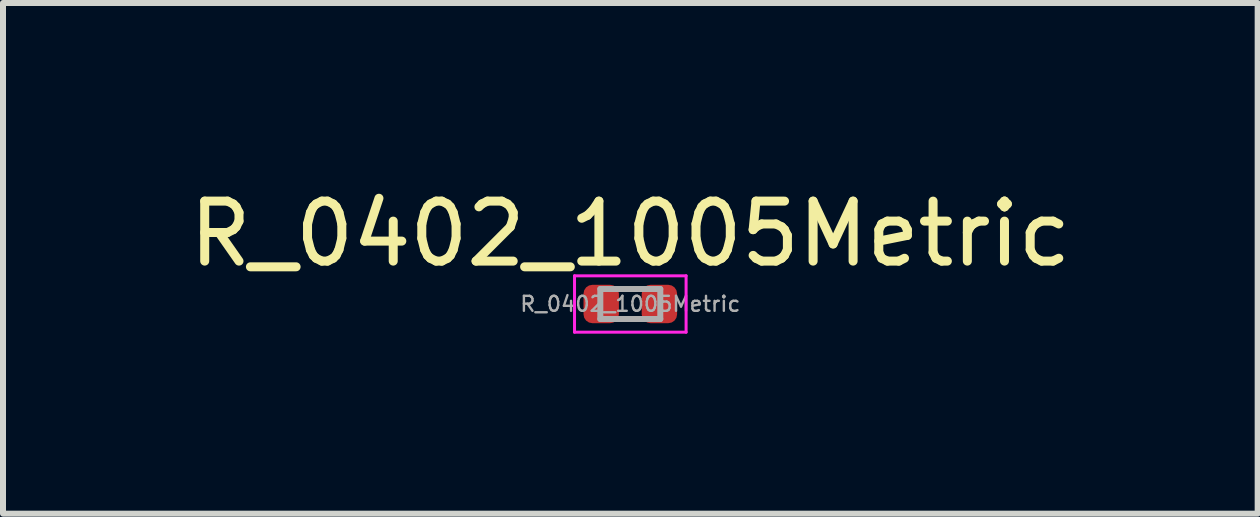
<source format=kicad_pcb>
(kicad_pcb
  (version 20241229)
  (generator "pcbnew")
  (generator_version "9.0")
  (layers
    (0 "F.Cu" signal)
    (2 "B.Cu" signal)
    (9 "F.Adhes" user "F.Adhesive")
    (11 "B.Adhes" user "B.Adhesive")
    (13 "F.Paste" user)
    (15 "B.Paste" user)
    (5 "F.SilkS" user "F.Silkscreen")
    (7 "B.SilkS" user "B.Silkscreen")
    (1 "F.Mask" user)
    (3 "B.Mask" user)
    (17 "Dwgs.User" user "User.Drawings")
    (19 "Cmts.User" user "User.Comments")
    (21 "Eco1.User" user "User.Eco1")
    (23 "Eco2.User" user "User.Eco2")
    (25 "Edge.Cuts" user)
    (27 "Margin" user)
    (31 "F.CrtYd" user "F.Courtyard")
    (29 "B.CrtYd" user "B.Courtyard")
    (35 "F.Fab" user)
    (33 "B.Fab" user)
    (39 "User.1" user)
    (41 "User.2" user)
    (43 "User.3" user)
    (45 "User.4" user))
  (footprint "R_0402_1005Metric"
    (layer "F.Cu")
    (at 7.458 2.018)
    (property "Reference" "R_0402_1005Metric" (at 0 -1.17 0) (layer "F.SilkS") (effects (font (size 1 1) (thickness 0.15))))
    (attr smd)
    (fp_line (start -0.93 -0.47) (end 0.93 -0.47) (stroke (width 0.05) (type solid)) (layer "F.CrtYd"))
    (fp_line (start -0.93 0.47) (end -0.93 -0.47) (stroke (width 0.05) (type solid)) (layer "F.CrtYd"))
    (fp_line (start 0.93 -0.47) (end 0.93 0.47) (stroke (width 0.05) (type solid)) (layer "F.CrtYd"))
    (fp_line (start 0.93 0.47) (end -0.93 0.47) (stroke (width 0.05) (type solid)) (layer "F.CrtYd"))
    (fp_line (start -0.5 -0.25) (end 0.5 -0.25) (stroke (width 0.1) (type solid)) (layer "F.Fab"))
    (fp_line (start -0.5 0.25) (end -0.5 -0.25) (stroke (width 0.1) (type solid)) (layer "F.Fab"))
    (fp_line (start 0.5 -0.25) (end 0.5 0.25) (stroke (width 0.1) (type solid)) (layer "F.Fab"))
    (fp_line (start 0.5 0.25) (end -0.5 0.25) (stroke (width 0.1) (type solid)) (layer "F.Fab"))
    (fp_text user "${REFERENCE}" (at 0 0 0) (layer "F.Fab") (effects (font (size 0.25 0.25) (thickness 0.04))))
    (pad "1" smd roundrect (at -0.485 0) (size 0.59 0.64) (layers "F.Cu" "F.Mask" "F.Paste") (roundrect_rratio 0.25))
    (pad "2" smd roundrect (at 0.485 0) (size 0.59 0.64) (layers "F.Cu" "F.Mask" "F.Paste") (roundrect_rratio 0.25)))
  (gr_rect
    (start -3 -3)
    (end 17.917 5.513)
    (stroke (width 0.1) (type default))
    (fill no)
    (layer "Edge.Cuts")))
</source>
